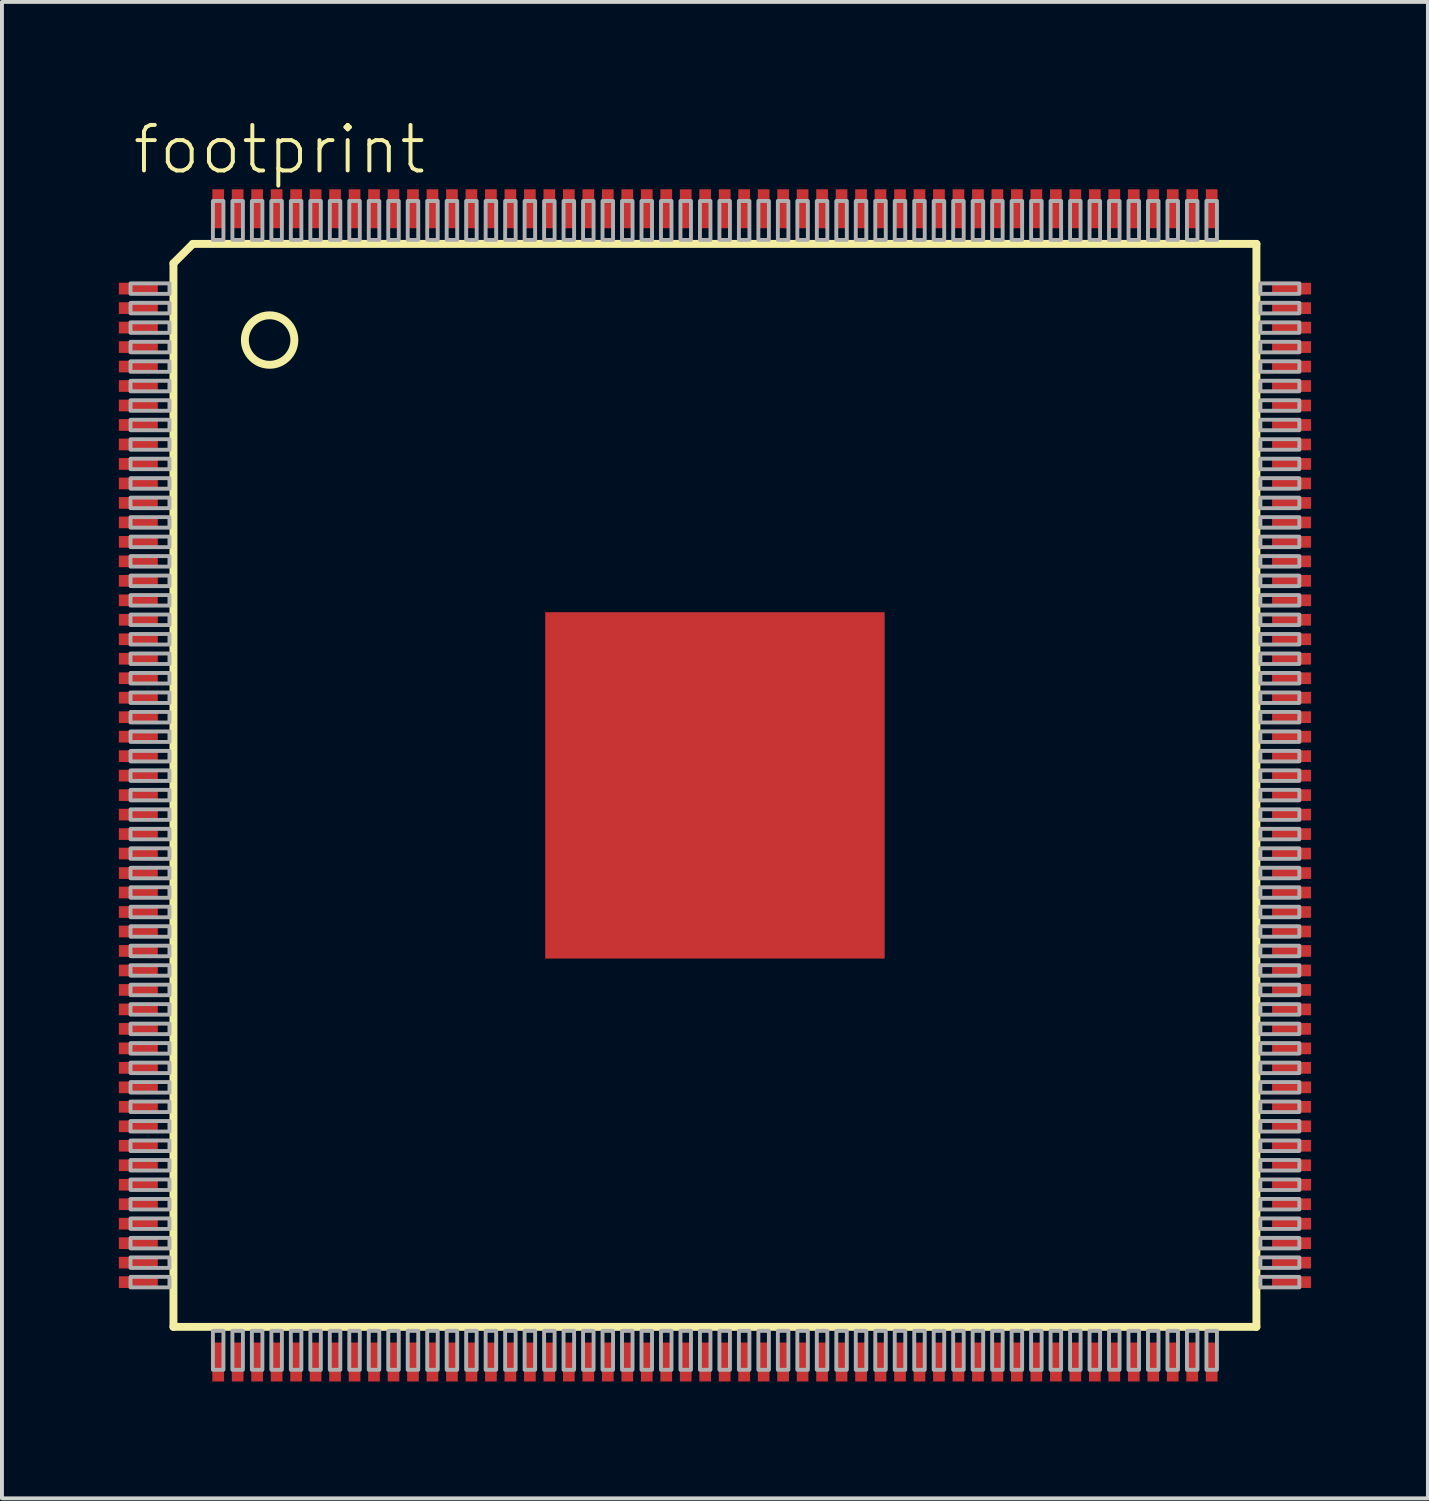
<source format=kicad_pcb>
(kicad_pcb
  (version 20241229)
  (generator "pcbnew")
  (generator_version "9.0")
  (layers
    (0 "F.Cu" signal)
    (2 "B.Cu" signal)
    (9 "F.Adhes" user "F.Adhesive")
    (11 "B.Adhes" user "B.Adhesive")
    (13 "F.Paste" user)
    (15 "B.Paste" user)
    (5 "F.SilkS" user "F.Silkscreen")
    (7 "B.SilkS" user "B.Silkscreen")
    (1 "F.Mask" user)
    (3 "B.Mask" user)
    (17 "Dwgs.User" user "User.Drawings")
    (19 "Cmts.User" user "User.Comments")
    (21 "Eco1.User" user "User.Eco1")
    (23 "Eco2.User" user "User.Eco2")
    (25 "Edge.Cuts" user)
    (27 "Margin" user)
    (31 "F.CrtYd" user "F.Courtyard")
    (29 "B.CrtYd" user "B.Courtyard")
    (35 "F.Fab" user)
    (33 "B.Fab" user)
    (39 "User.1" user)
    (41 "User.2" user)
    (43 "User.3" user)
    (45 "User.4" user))
  (footprint "footprint"
    (layer "F.Cu")
    (at 15.3 17.108)
    (property "Reference" "footprint" (at -15 -15.635 0) (layer "F.SilkS") (effects (font (size 1.168 1.168) (thickness 0.102)) (justify left bottom)))
    (fp_line (start -13.898 -13.4) (end -13.898 13.898) (stroke (width 0.203) (type solid)) (layer "F.SilkS"))
    (fp_line (start -13.898 -13.4) (end -13.4 -13.898) (stroke (width 0.203) (type solid)) (layer "F.SilkS"))
    (fp_line (start -13.898 13.898) (end 13.898 13.898) (stroke (width 0.203) (type solid)) (layer "F.SilkS"))
    (fp_line (start 13.898 -13.898) (end -13.4 -13.898) (stroke (width 0.203) (type solid)) (layer "F.SilkS"))
    (fp_line (start 13.898 13.898) (end 13.898 -13.898) (stroke (width 0.203) (type solid)) (layer "F.SilkS"))
    (fp_circle (center -11.43 -11.43) (end -10.795 -11.43) (stroke (width 0.203) (type solid)) (fill no) (layer "F.SilkS"))
    (fp_poly (pts (xy -15 -12.615) (xy -14 -12.615) (xy -14 -12.885) (xy -15 -12.885)) (stroke (width 0.1) (type solid)) (fill no) (layer "F.Fab"))
    (fp_poly (pts (xy -15 -12.115) (xy -14 -12.115) (xy -14 -12.385) (xy -15 -12.385)) (stroke (width 0.1) (type solid)) (fill no) (layer "F.Fab"))
    (fp_poly (pts (xy -15 -11.615) (xy -14 -11.615) (xy -14 -11.885) (xy -15 -11.885)) (stroke (width 0.1) (type solid)) (fill no) (layer "F.Fab"))
    (fp_poly (pts (xy -15 -11.115) (xy -14 -11.115) (xy -14 -11.385) (xy -15 -11.385)) (stroke (width 0.1) (type solid)) (fill no) (layer "F.Fab"))
    (fp_poly (pts (xy -15 -10.615) (xy -14 -10.615) (xy -14 -10.885) (xy -15 -10.885)) (stroke (width 0.1) (type solid)) (fill no) (layer "F.Fab"))
    (fp_poly (pts (xy -15 -10.115) (xy -14 -10.115) (xy -14 -10.385) (xy -15 -10.385)) (stroke (width 0.1) (type solid)) (fill no) (layer "F.Fab"))
    (fp_poly (pts (xy -15 -9.615) (xy -14 -9.615) (xy -14 -9.885) (xy -15 -9.885)) (stroke (width 0.1) (type solid)) (fill no) (layer "F.Fab"))
    (fp_poly (pts (xy -15 -9.115) (xy -14 -9.115) (xy -14 -9.385) (xy -15 -9.385)) (stroke (width 0.1) (type solid)) (fill no) (layer "F.Fab"))
    (fp_poly (pts (xy -15 -8.615) (xy -14 -8.615) (xy -14 -8.885) (xy -15 -8.885)) (stroke (width 0.1) (type solid)) (fill no) (layer "F.Fab"))
    (fp_poly (pts (xy -15 -8.115) (xy -14 -8.115) (xy -14 -8.385) (xy -15 -8.385)) (stroke (width 0.1) (type solid)) (fill no) (layer "F.Fab"))
    (fp_poly (pts (xy -15 -7.615) (xy -14 -7.615) (xy -14 -7.885) (xy -15 -7.885)) (stroke (width 0.1) (type solid)) (fill no) (layer "F.Fab"))
    (fp_poly (pts (xy -15 -7.115) (xy -14 -7.115) (xy -14 -7.385) (xy -15 -7.385)) (stroke (width 0.1) (type solid)) (fill no) (layer "F.Fab"))
    (fp_poly (pts (xy -15 -6.615) (xy -14 -6.615) (xy -14 -6.885) (xy -15 -6.885)) (stroke (width 0.1) (type solid)) (fill no) (layer "F.Fab"))
    (fp_poly (pts (xy -15 -6.115) (xy -14 -6.115) (xy -14 -6.385) (xy -15 -6.385)) (stroke (width 0.1) (type solid)) (fill no) (layer "F.Fab"))
    (fp_poly (pts (xy -15 -5.615) (xy -14 -5.615) (xy -14 -5.885) (xy -15 -5.885)) (stroke (width 0.1) (type solid)) (fill no) (layer "F.Fab"))
    (fp_poly (pts (xy -15 -5.115) (xy -14 -5.115) (xy -14 -5.385) (xy -15 -5.385)) (stroke (width 0.1) (type solid)) (fill no) (layer "F.Fab"))
    (fp_poly (pts (xy -15 -4.615) (xy -14 -4.615) (xy -14 -4.885) (xy -15 -4.885)) (stroke (width 0.1) (type solid)) (fill no) (layer "F.Fab"))
    (fp_poly (pts (xy -15 -4.115) (xy -14 -4.115) (xy -14 -4.385) (xy -15 -4.385)) (stroke (width 0.1) (type solid)) (fill no) (layer "F.Fab"))
    (fp_poly (pts (xy -15 -3.615) (xy -14 -3.615) (xy -14 -3.885) (xy -15 -3.885)) (stroke (width 0.1) (type solid)) (fill no) (layer "F.Fab"))
    (fp_poly (pts (xy -15 -3.115) (xy -14 -3.115) (xy -14 -3.385) (xy -15 -3.385)) (stroke (width 0.1) (type solid)) (fill no) (layer "F.Fab"))
    (fp_poly (pts (xy -15 -2.615) (xy -14 -2.615) (xy -14 -2.885) (xy -15 -2.885)) (stroke (width 0.1) (type solid)) (fill no) (layer "F.Fab"))
    (fp_poly (pts (xy -15 -2.115) (xy -14 -2.115) (xy -14 -2.385) (xy -15 -2.385)) (stroke (width 0.1) (type solid)) (fill no) (layer "F.Fab"))
    (fp_poly (pts (xy -15 -1.615) (xy -14 -1.615) (xy -14 -1.885) (xy -15 -1.885)) (stroke (width 0.1) (type solid)) (fill no) (layer "F.Fab"))
    (fp_poly (pts (xy -15 -1.115) (xy -14 -1.115) (xy -14 -1.385) (xy -15 -1.385)) (stroke (width 0.1) (type solid)) (fill no) (layer "F.Fab"))
    (fp_poly (pts (xy -15 -0.615) (xy -14 -0.615) (xy -14 -0.885) (xy -15 -0.885)) (stroke (width 0.1) (type solid)) (fill no) (layer "F.Fab"))
    (fp_poly (pts (xy -15 -0.115) (xy -14 -0.115) (xy -14 -0.385) (xy -15 -0.385)) (stroke (width 0.1) (type solid)) (fill no) (layer "F.Fab"))
    (fp_poly (pts (xy -15 0.385) (xy -14 0.385) (xy -14 0.115) (xy -15 0.115)) (stroke (width 0.1) (type solid)) (fill no) (layer "F.Fab"))
    (fp_poly (pts (xy -15 0.885) (xy -14 0.885) (xy -14 0.615) (xy -15 0.615)) (stroke (width 0.1) (type solid)) (fill no) (layer "F.Fab"))
    (fp_poly (pts (xy -15 1.385) (xy -14 1.385) (xy -14 1.115) (xy -15 1.115)) (stroke (width 0.1) (type solid)) (fill no) (layer "F.Fab"))
    (fp_poly (pts (xy -15 1.885) (xy -14 1.885) (xy -14 1.615) (xy -15 1.615)) (stroke (width 0.1) (type solid)) (fill no) (layer "F.Fab"))
    (fp_poly (pts (xy -15 2.385) (xy -14 2.385) (xy -14 2.115) (xy -15 2.115)) (stroke (width 0.1) (type solid)) (fill no) (layer "F.Fab"))
    (fp_poly (pts (xy -15 2.885) (xy -14 2.885) (xy -14 2.615) (xy -15 2.615)) (stroke (width 0.1) (type solid)) (fill no) (layer "F.Fab"))
    (fp_poly (pts (xy -15 3.385) (xy -14 3.385) (xy -14 3.115) (xy -15 3.115)) (stroke (width 0.1) (type solid)) (fill no) (layer "F.Fab"))
    (fp_poly (pts (xy -15 3.885) (xy -14 3.885) (xy -14 3.615) (xy -15 3.615)) (stroke (width 0.1) (type solid)) (fill no) (layer "F.Fab"))
    (fp_poly (pts (xy -15 4.385) (xy -14 4.385) (xy -14 4.115) (xy -15 4.115)) (stroke (width 0.1) (type solid)) (fill no) (layer "F.Fab"))
    (fp_poly (pts (xy -15 4.885) (xy -14 4.885) (xy -14 4.615) (xy -15 4.615)) (stroke (width 0.1) (type solid)) (fill no) (layer "F.Fab"))
    (fp_poly (pts (xy -15 5.385) (xy -14 5.385) (xy -14 5.115) (xy -15 5.115)) (stroke (width 0.1) (type solid)) (fill no) (layer "F.Fab"))
    (fp_poly (pts (xy -15 5.885) (xy -14 5.885) (xy -14 5.615) (xy -15 5.615)) (stroke (width 0.1) (type solid)) (fill no) (layer "F.Fab"))
    (fp_poly (pts (xy -15 6.385) (xy -14 6.385) (xy -14 6.115) (xy -15 6.115)) (stroke (width 0.1) (type solid)) (fill no) (layer "F.Fab"))
    (fp_poly (pts (xy -15 6.885) (xy -14 6.885) (xy -14 6.615) (xy -15 6.615)) (stroke (width 0.1) (type solid)) (fill no) (layer "F.Fab"))
    (fp_poly (pts (xy -15 7.385) (xy -14 7.385) (xy -14 7.115) (xy -15 7.115)) (stroke (width 0.1) (type solid)) (fill no) (layer "F.Fab"))
    (fp_poly (pts (xy -15 7.885) (xy -14 7.885) (xy -14 7.615) (xy -15 7.615)) (stroke (width 0.1) (type solid)) (fill no) (layer "F.Fab"))
    (fp_poly (pts (xy -15 8.385) (xy -14 8.385) (xy -14 8.115) (xy -15 8.115)) (stroke (width 0.1) (type solid)) (fill no) (layer "F.Fab"))
    (fp_poly (pts (xy -15 8.885) (xy -14 8.885) (xy -14 8.615) (xy -15 8.615)) (stroke (width 0.1) (type solid)) (fill no) (layer "F.Fab"))
    (fp_poly (pts (xy -15 9.385) (xy -14 9.385) (xy -14 9.115) (xy -15 9.115)) (stroke (width 0.1) (type solid)) (fill no) (layer "F.Fab"))
    (fp_poly (pts (xy -15 9.885) (xy -14 9.885) (xy -14 9.615) (xy -15 9.615)) (stroke (width 0.1) (type solid)) (fill no) (layer "F.Fab"))
    (fp_poly (pts (xy -15 10.385) (xy -14 10.385) (xy -14 10.115) (xy -15 10.115)) (stroke (width 0.1) (type solid)) (fill no) (layer "F.Fab"))
    (fp_poly (pts (xy -15 10.885) (xy -14 10.885) (xy -14 10.615) (xy -15 10.615)) (stroke (width 0.1) (type solid)) (fill no) (layer "F.Fab"))
    (fp_poly (pts (xy -15 11.385) (xy -14 11.385) (xy -14 11.115) (xy -15 11.115)) (stroke (width 0.1) (type solid)) (fill no) (layer "F.Fab"))
    (fp_poly (pts (xy -15 11.885) (xy -14 11.885) (xy -14 11.615) (xy -15 11.615)) (stroke (width 0.1) (type solid)) (fill no) (layer "F.Fab"))
    (fp_poly (pts (xy -15 12.385) (xy -14 12.385) (xy -14 12.115) (xy -15 12.115)) (stroke (width 0.1) (type solid)) (fill no) (layer "F.Fab"))
    (fp_poly (pts (xy -15 12.885) (xy -14 12.885) (xy -14 12.615) (xy -15 12.615)) (stroke (width 0.1) (type solid)) (fill no) (layer "F.Fab"))
    (fp_poly (pts (xy -12.885 -14) (xy -12.615 -14) (xy -12.615 -15) (xy -12.885 -15)) (stroke (width 0.1) (type solid)) (fill no) (layer "F.Fab"))
    (fp_poly (pts (xy -12.885 15) (xy -12.615 15) (xy -12.615 14) (xy -12.885 14)) (stroke (width 0.1) (type solid)) (fill no) (layer "F.Fab"))
    (fp_poly (pts (xy -12.385 -14) (xy -12.115 -14) (xy -12.115 -15) (xy -12.385 -15)) (stroke (width 0.1) (type solid)) (fill no) (layer "F.Fab"))
    (fp_poly (pts (xy -12.385 15) (xy -12.115 15) (xy -12.115 14) (xy -12.385 14)) (stroke (width 0.1) (type solid)) (fill no) (layer "F.Fab"))
    (fp_poly (pts (xy -11.885 -14) (xy -11.615 -14) (xy -11.615 -15) (xy -11.885 -15)) (stroke (width 0.1) (type solid)) (fill no) (layer "F.Fab"))
    (fp_poly (pts (xy -11.885 15) (xy -11.615 15) (xy -11.615 14) (xy -11.885 14)) (stroke (width 0.1) (type solid)) (fill no) (layer "F.Fab"))
    (fp_poly (pts (xy -11.385 -14) (xy -11.115 -14) (xy -11.115 -15) (xy -11.385 -15)) (stroke (width 0.1) (type solid)) (fill no) (layer "F.Fab"))
    (fp_poly (pts (xy -11.385 15) (xy -11.115 15) (xy -11.115 14) (xy -11.385 14)) (stroke (width 0.1) (type solid)) (fill no) (layer "F.Fab"))
    (fp_poly (pts (xy -10.885 -14) (xy -10.615 -14) (xy -10.615 -15) (xy -10.885 -15)) (stroke (width 0.1) (type solid)) (fill no) (layer "F.Fab"))
    (fp_poly (pts (xy -10.885 15) (xy -10.615 15) (xy -10.615 14) (xy -10.885 14)) (stroke (width 0.1) (type solid)) (fill no) (layer "F.Fab"))
    (fp_poly (pts (xy -10.385 -14) (xy -10.115 -14) (xy -10.115 -15) (xy -10.385 -15)) (stroke (width 0.1) (type solid)) (fill no) (layer "F.Fab"))
    (fp_poly (pts (xy -10.385 15) (xy -10.115 15) (xy -10.115 14) (xy -10.385 14)) (stroke (width 0.1) (type solid)) (fill no) (layer "F.Fab"))
    (fp_poly (pts (xy -9.885 -14) (xy -9.615 -14) (xy -9.615 -15) (xy -9.885 -15)) (stroke (width 0.1) (type solid)) (fill no) (layer "F.Fab"))
    (fp_poly (pts (xy -9.885 15) (xy -9.615 15) (xy -9.615 14) (xy -9.885 14)) (stroke (width 0.1) (type solid)) (fill no) (layer "F.Fab"))
    (fp_poly (pts (xy -9.385 -14) (xy -9.115 -14) (xy -9.115 -15) (xy -9.385 -15)) (stroke (width 0.1) (type solid)) (fill no) (layer "F.Fab"))
    (fp_poly (pts (xy -9.385 15) (xy -9.115 15) (xy -9.115 14) (xy -9.385 14)) (stroke (width 0.1) (type solid)) (fill no) (layer "F.Fab"))
    (fp_poly (pts (xy -8.885 -14) (xy -8.615 -14) (xy -8.615 -15) (xy -8.885 -15)) (stroke (width 0.1) (type solid)) (fill no) (layer "F.Fab"))
    (fp_poly (pts (xy -8.885 15) (xy -8.615 15) (xy -8.615 14) (xy -8.885 14)) (stroke (width 0.1) (type solid)) (fill no) (layer "F.Fab"))
    (fp_poly (pts (xy -8.385 -14) (xy -8.115 -14) (xy -8.115 -15) (xy -8.385 -15)) (stroke (width 0.1) (type solid)) (fill no) (layer "F.Fab"))
    (fp_poly (pts (xy -8.385 15) (xy -8.115 15) (xy -8.115 14) (xy -8.385 14)) (stroke (width 0.1) (type solid)) (fill no) (layer "F.Fab"))
    (fp_poly (pts (xy -7.885 -14) (xy -7.615 -14) (xy -7.615 -15) (xy -7.885 -15)) (stroke (width 0.1) (type solid)) (fill no) (layer "F.Fab"))
    (fp_poly (pts (xy -7.885 15) (xy -7.615 15) (xy -7.615 14) (xy -7.885 14)) (stroke (width 0.1) (type solid)) (fill no) (layer "F.Fab"))
    (fp_poly (pts (xy -7.385 -14) (xy -7.115 -14) (xy -7.115 -15) (xy -7.385 -15)) (stroke (width 0.1) (type solid)) (fill no) (layer "F.Fab"))
    (fp_poly (pts (xy -7.385 15) (xy -7.115 15) (xy -7.115 14) (xy -7.385 14)) (stroke (width 0.1) (type solid)) (fill no) (layer "F.Fab"))
    (fp_poly (pts (xy -6.885 -14) (xy -6.615 -14) (xy -6.615 -15) (xy -6.885 -15)) (stroke (width 0.1) (type solid)) (fill no) (layer "F.Fab"))
    (fp_poly (pts (xy -6.885 15) (xy -6.615 15) (xy -6.615 14) (xy -6.885 14)) (stroke (width 0.1) (type solid)) (fill no) (layer "F.Fab"))
    (fp_poly (pts (xy -6.385 -14) (xy -6.115 -14) (xy -6.115 -15) (xy -6.385 -15)) (stroke (width 0.1) (type solid)) (fill no) (layer "F.Fab"))
    (fp_poly (pts (xy -6.385 15) (xy -6.115 15) (xy -6.115 14) (xy -6.385 14)) (stroke (width 0.1) (type solid)) (fill no) (layer "F.Fab"))
    (fp_poly (pts (xy -5.885 -14) (xy -5.615 -14) (xy -5.615 -15) (xy -5.885 -15)) (stroke (width 0.1) (type solid)) (fill no) (layer "F.Fab"))
    (fp_poly (pts (xy -5.885 15) (xy -5.615 15) (xy -5.615 14) (xy -5.885 14)) (stroke (width 0.1) (type solid)) (fill no) (layer "F.Fab"))
    (fp_poly (pts (xy -5.385 -14) (xy -5.115 -14) (xy -5.115 -15) (xy -5.385 -15)) (stroke (width 0.1) (type solid)) (fill no) (layer "F.Fab"))
    (fp_poly (pts (xy -5.385 15) (xy -5.115 15) (xy -5.115 14) (xy -5.385 14)) (stroke (width 0.1) (type solid)) (fill no) (layer "F.Fab"))
    (fp_poly (pts (xy -4.885 -14) (xy -4.615 -14) (xy -4.615 -15) (xy -4.885 -15)) (stroke (width 0.1) (type solid)) (fill no) (layer "F.Fab"))
    (fp_poly (pts (xy -4.885 15) (xy -4.615 15) (xy -4.615 14) (xy -4.885 14)) (stroke (width 0.1) (type solid)) (fill no) (layer "F.Fab"))
    (fp_poly (pts (xy -4.385 -14) (xy -4.115 -14) (xy -4.115 -15) (xy -4.385 -15)) (stroke (width 0.1) (type solid)) (fill no) (layer "F.Fab"))
    (fp_poly (pts (xy -4.385 15) (xy -4.115 15) (xy -4.115 14) (xy -4.385 14)) (stroke (width 0.1) (type solid)) (fill no) (layer "F.Fab"))
    (fp_poly (pts (xy -3.885 -14) (xy -3.615 -14) (xy -3.615 -15) (xy -3.885 -15)) (stroke (width 0.1) (type solid)) (fill no) (layer "F.Fab"))
    (fp_poly (pts (xy -3.885 15) (xy -3.615 15) (xy -3.615 14) (xy -3.885 14)) (stroke (width 0.1) (type solid)) (fill no) (layer "F.Fab"))
    (fp_poly (pts (xy -3.385 -14) (xy -3.115 -14) (xy -3.115 -15) (xy -3.385 -15)) (stroke (width 0.1) (type solid)) (fill no) (layer "F.Fab"))
    (fp_poly (pts (xy -3.385 15) (xy -3.115 15) (xy -3.115 14) (xy -3.385 14)) (stroke (width 0.1) (type solid)) (fill no) (layer "F.Fab"))
    (fp_poly (pts (xy -2.885 -14) (xy -2.615 -14) (xy -2.615 -15) (xy -2.885 -15)) (stroke (width 0.1) (type solid)) (fill no) (layer "F.Fab"))
    (fp_poly (pts (xy -2.885 15) (xy -2.615 15) (xy -2.615 14) (xy -2.885 14)) (stroke (width 0.1) (type solid)) (fill no) (layer "F.Fab"))
    (fp_poly (pts (xy -2.385 -14) (xy -2.115 -14) (xy -2.115 -15) (xy -2.385 -15)) (stroke (width 0.1) (type solid)) (fill no) (layer "F.Fab"))
    (fp_poly (pts (xy -2.385 15) (xy -2.115 15) (xy -2.115 14) (xy -2.385 14)) (stroke (width 0.1) (type solid)) (fill no) (layer "F.Fab"))
    (fp_poly (pts (xy -1.885 -14) (xy -1.615 -14) (xy -1.615 -15) (xy -1.885 -15)) (stroke (width 0.1) (type solid)) (fill no) (layer "F.Fab"))
    (fp_poly (pts (xy -1.885 15) (xy -1.615 15) (xy -1.615 14) (xy -1.885 14)) (stroke (width 0.1) (type solid)) (fill no) (layer "F.Fab"))
    (fp_poly (pts (xy -1.385 -14) (xy -1.115 -14) (xy -1.115 -15) (xy -1.385 -15)) (stroke (width 0.1) (type solid)) (fill no) (layer "F.Fab"))
    (fp_poly (pts (xy -1.385 15) (xy -1.115 15) (xy -1.115 14) (xy -1.385 14)) (stroke (width 0.1) (type solid)) (fill no) (layer "F.Fab"))
    (fp_poly (pts (xy -0.885 -14) (xy -0.615 -14) (xy -0.615 -15) (xy -0.885 -15)) (stroke (width 0.1) (type solid)) (fill no) (layer "F.Fab"))
    (fp_poly (pts (xy -0.885 15) (xy -0.615 15) (xy -0.615 14) (xy -0.885 14)) (stroke (width 0.1) (type solid)) (fill no) (layer "F.Fab"))
    (fp_poly (pts (xy -0.385 -14) (xy -0.115 -14) (xy -0.115 -15) (xy -0.385 -15)) (stroke (width 0.1) (type solid)) (fill no) (layer "F.Fab"))
    (fp_poly (pts (xy -0.385 15) (xy -0.115 15) (xy -0.115 14) (xy -0.385 14)) (stroke (width 0.1) (type solid)) (fill no) (layer "F.Fab"))
    (fp_poly (pts (xy 0.115 -14) (xy 0.385 -14) (xy 0.385 -15) (xy 0.115 -15)) (stroke (width 0.1) (type solid)) (fill no) (layer "F.Fab"))
    (fp_poly (pts (xy 0.115 15) (xy 0.385 15) (xy 0.385 14) (xy 0.115 14)) (stroke (width 0.1) (type solid)) (fill no) (layer "F.Fab"))
    (fp_poly (pts (xy 0.615 -14) (xy 0.885 -14) (xy 0.885 -15) (xy 0.615 -15)) (stroke (width 0.1) (type solid)) (fill no) (layer "F.Fab"))
    (fp_poly (pts (xy 0.615 15) (xy 0.885 15) (xy 0.885 14) (xy 0.615 14)) (stroke (width 0.1) (type solid)) (fill no) (layer "F.Fab"))
    (fp_poly (pts (xy 1.115 -14) (xy 1.385 -14) (xy 1.385 -15) (xy 1.115 -15)) (stroke (width 0.1) (type solid)) (fill no) (layer "F.Fab"))
    (fp_poly (pts (xy 1.115 15) (xy 1.385 15) (xy 1.385 14) (xy 1.115 14)) (stroke (width 0.1) (type solid)) (fill no) (layer "F.Fab"))
    (fp_poly (pts (xy 1.615 -14) (xy 1.885 -14) (xy 1.885 -15) (xy 1.615 -15)) (stroke (width 0.1) (type solid)) (fill no) (layer "F.Fab"))
    (fp_poly (pts (xy 1.615 15) (xy 1.885 15) (xy 1.885 14) (xy 1.615 14)) (stroke (width 0.1) (type solid)) (fill no) (layer "F.Fab"))
    (fp_poly (pts (xy 2.115 -14) (xy 2.385 -14) (xy 2.385 -15) (xy 2.115 -15)) (stroke (width 0.1) (type solid)) (fill no) (layer "F.Fab"))
    (fp_poly (pts (xy 2.115 15) (xy 2.385 15) (xy 2.385 14) (xy 2.115 14)) (stroke (width 0.1) (type solid)) (fill no) (layer "F.Fab"))
    (fp_poly (pts (xy 2.615 -14) (xy 2.885 -14) (xy 2.885 -15) (xy 2.615 -15)) (stroke (width 0.1) (type solid)) (fill no) (layer "F.Fab"))
    (fp_poly (pts (xy 2.615 15) (xy 2.885 15) (xy 2.885 14) (xy 2.615 14)) (stroke (width 0.1) (type solid)) (fill no) (layer "F.Fab"))
    (fp_poly (pts (xy 3.115 -14) (xy 3.385 -14) (xy 3.385 -15) (xy 3.115 -15)) (stroke (width 0.1) (type solid)) (fill no) (layer "F.Fab"))
    (fp_poly (pts (xy 3.115 15) (xy 3.385 15) (xy 3.385 14) (xy 3.115 14)) (stroke (width 0.1) (type solid)) (fill no) (layer "F.Fab"))
    (fp_poly (pts (xy 3.615 -14) (xy 3.885 -14) (xy 3.885 -15) (xy 3.615 -15)) (stroke (width 0.1) (type solid)) (fill no) (layer "F.Fab"))
    (fp_poly (pts (xy 3.615 15) (xy 3.885 15) (xy 3.885 14) (xy 3.615 14)) (stroke (width 0.1) (type solid)) (fill no) (layer "F.Fab"))
    (fp_poly (pts (xy 4.115 -14) (xy 4.385 -14) (xy 4.385 -15) (xy 4.115 -15)) (stroke (width 0.1) (type solid)) (fill no) (layer "F.Fab"))
    (fp_poly (pts (xy 4.115 15) (xy 4.385 15) (xy 4.385 14) (xy 4.115 14)) (stroke (width 0.1) (type solid)) (fill no) (layer "F.Fab"))
    (fp_poly (pts (xy 4.615 -14) (xy 4.885 -14) (xy 4.885 -15) (xy 4.615 -15)) (stroke (width 0.1) (type solid)) (fill no) (layer "F.Fab"))
    (fp_poly (pts (xy 4.615 15) (xy 4.885 15) (xy 4.885 14) (xy 4.615 14)) (stroke (width 0.1) (type solid)) (fill no) (layer "F.Fab"))
    (fp_poly (pts (xy 5.115 -14) (xy 5.385 -14) (xy 5.385 -15) (xy 5.115 -15)) (stroke (width 0.1) (type solid)) (fill no) (layer "F.Fab"))
    (fp_poly (pts (xy 5.115 15) (xy 5.385 15) (xy 5.385 14) (xy 5.115 14)) (stroke (width 0.1) (type solid)) (fill no) (layer "F.Fab"))
    (fp_poly (pts (xy 5.615 -14) (xy 5.885 -14) (xy 5.885 -15) (xy 5.615 -15)) (stroke (width 0.1) (type solid)) (fill no) (layer "F.Fab"))
    (fp_poly (pts (xy 5.615 15) (xy 5.885 15) (xy 5.885 14) (xy 5.615 14)) (stroke (width 0.1) (type solid)) (fill no) (layer "F.Fab"))
    (fp_poly (pts (xy 6.115 -14) (xy 6.385 -14) (xy 6.385 -15) (xy 6.115 -15)) (stroke (width 0.1) (type solid)) (fill no) (layer "F.Fab"))
    (fp_poly (pts (xy 6.115 15) (xy 6.385 15) (xy 6.385 14) (xy 6.115 14)) (stroke (width 0.1) (type solid)) (fill no) (layer "F.Fab"))
    (fp_poly (pts (xy 6.615 -14) (xy 6.885 -14) (xy 6.885 -15) (xy 6.615 -15)) (stroke (width 0.1) (type solid)) (fill no) (layer "F.Fab"))
    (fp_poly (pts (xy 6.615 15) (xy 6.885 15) (xy 6.885 14) (xy 6.615 14)) (stroke (width 0.1) (type solid)) (fill no) (layer "F.Fab"))
    (fp_poly (pts (xy 7.115 -14) (xy 7.385 -14) (xy 7.385 -15) (xy 7.115 -15)) (stroke (width 0.1) (type solid)) (fill no) (layer "F.Fab"))
    (fp_poly (pts (xy 7.115 15) (xy 7.385 15) (xy 7.385 14) (xy 7.115 14)) (stroke (width 0.1) (type solid)) (fill no) (layer "F.Fab"))
    (fp_poly (pts (xy 7.615 -14) (xy 7.885 -14) (xy 7.885 -15) (xy 7.615 -15)) (stroke (width 0.1) (type solid)) (fill no) (layer "F.Fab"))
    (fp_poly (pts (xy 7.615 15) (xy 7.885 15) (xy 7.885 14) (xy 7.615 14)) (stroke (width 0.1) (type solid)) (fill no) (layer "F.Fab"))
    (fp_poly (pts (xy 8.115 -14) (xy 8.385 -14) (xy 8.385 -15) (xy 8.115 -15)) (stroke (width 0.1) (type solid)) (fill no) (layer "F.Fab"))
    (fp_poly (pts (xy 8.115 15) (xy 8.385 15) (xy 8.385 14) (xy 8.115 14)) (stroke (width 0.1) (type solid)) (fill no) (layer "F.Fab"))
    (fp_poly (pts (xy 8.615 -14) (xy 8.885 -14) (xy 8.885 -15) (xy 8.615 -15)) (stroke (width 0.1) (type solid)) (fill no) (layer "F.Fab"))
    (fp_poly (pts (xy 8.615 15) (xy 8.885 15) (xy 8.885 14) (xy 8.615 14)) (stroke (width 0.1) (type solid)) (fill no) (layer "F.Fab"))
    (fp_poly (pts (xy 9.115 -14) (xy 9.385 -14) (xy 9.385 -15) (xy 9.115 -15)) (stroke (width 0.1) (type solid)) (fill no) (layer "F.Fab"))
    (fp_poly (pts (xy 9.115 15) (xy 9.385 15) (xy 9.385 14) (xy 9.115 14)) (stroke (width 0.1) (type solid)) (fill no) (layer "F.Fab"))
    (fp_poly (pts (xy 9.615 -14) (xy 9.885 -14) (xy 9.885 -15) (xy 9.615 -15)) (stroke (width 0.1) (type solid)) (fill no) (layer "F.Fab"))
    (fp_poly (pts (xy 9.615 15) (xy 9.885 15) (xy 9.885 14) (xy 9.615 14)) (stroke (width 0.1) (type solid)) (fill no) (layer "F.Fab"))
    (fp_poly (pts (xy 10.115 -14) (xy 10.385 -14) (xy 10.385 -15) (xy 10.115 -15)) (stroke (width 0.1) (type solid)) (fill no) (layer "F.Fab"))
    (fp_poly (pts (xy 10.115 15) (xy 10.385 15) (xy 10.385 14) (xy 10.115 14)) (stroke (width 0.1) (type solid)) (fill no) (layer "F.Fab"))
    (fp_poly (pts (xy 10.615 -14) (xy 10.885 -14) (xy 10.885 -15) (xy 10.615 -15)) (stroke (width 0.1) (type solid)) (fill no) (layer "F.Fab"))
    (fp_poly (pts (xy 10.615 15) (xy 10.885 15) (xy 10.885 14) (xy 10.615 14)) (stroke (width 0.1) (type solid)) (fill no) (layer "F.Fab"))
    (fp_poly (pts (xy 11.115 -14) (xy 11.385 -14) (xy 11.385 -15) (xy 11.115 -15)) (stroke (width 0.1) (type solid)) (fill no) (layer "F.Fab"))
    (fp_poly (pts (xy 11.115 15) (xy 11.385 15) (xy 11.385 14) (xy 11.115 14)) (stroke (width 0.1) (type solid)) (fill no) (layer "F.Fab"))
    (fp_poly (pts (xy 11.615 -14) (xy 11.885 -14) (xy 11.885 -15) (xy 11.615 -15)) (stroke (width 0.1) (type solid)) (fill no) (layer "F.Fab"))
    (fp_poly (pts (xy 11.615 15) (xy 11.885 15) (xy 11.885 14) (xy 11.615 14)) (stroke (width 0.1) (type solid)) (fill no) (layer "F.Fab"))
    (fp_poly (pts (xy 12.115 -14) (xy 12.385 -14) (xy 12.385 -15) (xy 12.115 -15)) (stroke (width 0.1) (type solid)) (fill no) (layer "F.Fab"))
    (fp_poly (pts (xy 12.115 15) (xy 12.385 15) (xy 12.385 14) (xy 12.115 14)) (stroke (width 0.1) (type solid)) (fill no) (layer "F.Fab"))
    (fp_poly (pts (xy 12.615 -14) (xy 12.885 -14) (xy 12.885 -15) (xy 12.615 -15)) (stroke (width 0.1) (type solid)) (fill no) (layer "F.Fab"))
    (fp_poly (pts (xy 12.615 15) (xy 12.885 15) (xy 12.885 14) (xy 12.615 14)) (stroke (width 0.1) (type solid)) (fill no) (layer "F.Fab"))
    (fp_poly (pts (xy 14 -12.615) (xy 15 -12.615) (xy 15 -12.885) (xy 14 -12.885)) (stroke (width 0.1) (type solid)) (fill no) (layer "F.Fab"))
    (fp_poly (pts (xy 14 -12.115) (xy 15 -12.115) (xy 15 -12.385) (xy 14 -12.385)) (stroke (width 0.1) (type solid)) (fill no) (layer "F.Fab"))
    (fp_poly (pts (xy 14 -11.615) (xy 15 -11.615) (xy 15 -11.885) (xy 14 -11.885)) (stroke (width 0.1) (type solid)) (fill no) (layer "F.Fab"))
    (fp_poly (pts (xy 14 -11.115) (xy 15 -11.115) (xy 15 -11.385) (xy 14 -11.385)) (stroke (width 0.1) (type solid)) (fill no) (layer "F.Fab"))
    (fp_poly (pts (xy 14 -10.615) (xy 15 -10.615) (xy 15 -10.885) (xy 14 -10.885)) (stroke (width 0.1) (type solid)) (fill no) (layer "F.Fab"))
    (fp_poly (pts (xy 14 -10.115) (xy 15 -10.115) (xy 15 -10.385) (xy 14 -10.385)) (stroke (width 0.1) (type solid)) (fill no) (layer "F.Fab"))
    (fp_poly (pts (xy 14 -9.615) (xy 15 -9.615) (xy 15 -9.885) (xy 14 -9.885)) (stroke (width 0.1) (type solid)) (fill no) (layer "F.Fab"))
    (fp_poly (pts (xy 14 -9.115) (xy 15 -9.115) (xy 15 -9.385) (xy 14 -9.385)) (stroke (width 0.1) (type solid)) (fill no) (layer "F.Fab"))
    (fp_poly (pts (xy 14 -8.615) (xy 15 -8.615) (xy 15 -8.885) (xy 14 -8.885)) (stroke (width 0.1) (type solid)) (fill no) (layer "F.Fab"))
    (fp_poly (pts (xy 14 -8.115) (xy 15 -8.115) (xy 15 -8.385) (xy 14 -8.385)) (stroke (width 0.1) (type solid)) (fill no) (layer "F.Fab"))
    (fp_poly (pts (xy 14 -7.615) (xy 15 -7.615) (xy 15 -7.885) (xy 14 -7.885)) (stroke (width 0.1) (type solid)) (fill no) (layer "F.Fab"))
    (fp_poly (pts (xy 14 -7.115) (xy 15 -7.115) (xy 15 -7.385) (xy 14 -7.385)) (stroke (width 0.1) (type solid)) (fill no) (layer "F.Fab"))
    (fp_poly (pts (xy 14 -6.615) (xy 15 -6.615) (xy 15 -6.885) (xy 14 -6.885)) (stroke (width 0.1) (type solid)) (fill no) (layer "F.Fab"))
    (fp_poly (pts (xy 14 -6.115) (xy 15 -6.115) (xy 15 -6.385) (xy 14 -6.385)) (stroke (width 0.1) (type solid)) (fill no) (layer "F.Fab"))
    (fp_poly (pts (xy 14 -5.615) (xy 15 -5.615) (xy 15 -5.885) (xy 14 -5.885)) (stroke (width 0.1) (type solid)) (fill no) (layer "F.Fab"))
    (fp_poly (pts (xy 14 -5.115) (xy 15 -5.115) (xy 15 -5.385) (xy 14 -5.385)) (stroke (width 0.1) (type solid)) (fill no) (layer "F.Fab"))
    (fp_poly (pts (xy 14 -4.615) (xy 15 -4.615) (xy 15 -4.885) (xy 14 -4.885)) (stroke (width 0.1) (type solid)) (fill no) (layer "F.Fab"))
    (fp_poly (pts (xy 14 -4.115) (xy 15 -4.115) (xy 15 -4.385) (xy 14 -4.385)) (stroke (width 0.1) (type solid)) (fill no) (layer "F.Fab"))
    (fp_poly (pts (xy 14 -3.615) (xy 15 -3.615) (xy 15 -3.885) (xy 14 -3.885)) (stroke (width 0.1) (type solid)) (fill no) (layer "F.Fab"))
    (fp_poly (pts (xy 14 -3.115) (xy 15 -3.115) (xy 15 -3.385) (xy 14 -3.385)) (stroke (width 0.1) (type solid)) (fill no) (layer "F.Fab"))
    (fp_poly (pts (xy 14 -2.615) (xy 15 -2.615) (xy 15 -2.885) (xy 14 -2.885)) (stroke (width 0.1) (type solid)) (fill no) (layer "F.Fab"))
    (fp_poly (pts (xy 14 -2.115) (xy 15 -2.115) (xy 15 -2.385) (xy 14 -2.385)) (stroke (width 0.1) (type solid)) (fill no) (layer "F.Fab"))
    (fp_poly (pts (xy 14 -1.615) (xy 15 -1.615) (xy 15 -1.885) (xy 14 -1.885)) (stroke (width 0.1) (type solid)) (fill no) (layer "F.Fab"))
    (fp_poly (pts (xy 14 -1.115) (xy 15 -1.115) (xy 15 -1.385) (xy 14 -1.385)) (stroke (width 0.1) (type solid)) (fill no) (layer "F.Fab"))
    (fp_poly (pts (xy 14 -0.615) (xy 15 -0.615) (xy 15 -0.885) (xy 14 -0.885)) (stroke (width 0.1) (type solid)) (fill no) (layer "F.Fab"))
    (fp_poly (pts (xy 14 -0.115) (xy 15 -0.115) (xy 15 -0.385) (xy 14 -0.385)) (stroke (width 0.1) (type solid)) (fill no) (layer "F.Fab"))
    (fp_poly (pts (xy 14 0.385) (xy 15 0.385) (xy 15 0.115) (xy 14 0.115)) (stroke (width 0.1) (type solid)) (fill no) (layer "F.Fab"))
    (fp_poly (pts (xy 14 0.885) (xy 15 0.885) (xy 15 0.615) (xy 14 0.615)) (stroke (width 0.1) (type solid)) (fill no) (layer "F.Fab"))
    (fp_poly (pts (xy 14 1.385) (xy 15 1.385) (xy 15 1.115) (xy 14 1.115)) (stroke (width 0.1) (type solid)) (fill no) (layer "F.Fab"))
    (fp_poly (pts (xy 14 1.885) (xy 15 1.885) (xy 15 1.615) (xy 14 1.615)) (stroke (width 0.1) (type solid)) (fill no) (layer "F.Fab"))
    (fp_poly (pts (xy 14 2.385) (xy 15 2.385) (xy 15 2.115) (xy 14 2.115)) (stroke (width 0.1) (type solid)) (fill no) (layer "F.Fab"))
    (fp_poly (pts (xy 14 2.885) (xy 15 2.885) (xy 15 2.615) (xy 14 2.615)) (stroke (width 0.1) (type solid)) (fill no) (layer "F.Fab"))
    (fp_poly (pts (xy 14 3.385) (xy 15 3.385) (xy 15 3.115) (xy 14 3.115)) (stroke (width 0.1) (type solid)) (fill no) (layer "F.Fab"))
    (fp_poly (pts (xy 14 3.885) (xy 15 3.885) (xy 15 3.615) (xy 14 3.615)) (stroke (width 0.1) (type solid)) (fill no) (layer "F.Fab"))
    (fp_poly (pts (xy 14 4.385) (xy 15 4.385) (xy 15 4.115) (xy 14 4.115)) (stroke (width 0.1) (type solid)) (fill no) (layer "F.Fab"))
    (fp_poly (pts (xy 14 4.885) (xy 15 4.885) (xy 15 4.615) (xy 14 4.615)) (stroke (width 0.1) (type solid)) (fill no) (layer "F.Fab"))
    (fp_poly (pts (xy 14 5.385) (xy 15 5.385) (xy 15 5.115) (xy 14 5.115)) (stroke (width 0.1) (type solid)) (fill no) (layer "F.Fab"))
    (fp_poly (pts (xy 14 5.885) (xy 15 5.885) (xy 15 5.615) (xy 14 5.615)) (stroke (width 0.1) (type solid)) (fill no) (layer "F.Fab"))
    (fp_poly (pts (xy 14 6.385) (xy 15 6.385) (xy 15 6.115) (xy 14 6.115)) (stroke (width 0.1) (type solid)) (fill no) (layer "F.Fab"))
    (fp_poly (pts (xy 14 6.885) (xy 15 6.885) (xy 15 6.615) (xy 14 6.615)) (stroke (width 0.1) (type solid)) (fill no) (layer "F.Fab"))
    (fp_poly (pts (xy 14 7.385) (xy 15 7.385) (xy 15 7.115) (xy 14 7.115)) (stroke (width 0.1) (type solid)) (fill no) (layer "F.Fab"))
    (fp_poly (pts (xy 14 7.885) (xy 15 7.885) (xy 15 7.615) (xy 14 7.615)) (stroke (width 0.1) (type solid)) (fill no) (layer "F.Fab"))
    (fp_poly (pts (xy 14 8.385) (xy 15 8.385) (xy 15 8.115) (xy 14 8.115)) (stroke (width 0.1) (type solid)) (fill no) (layer "F.Fab"))
    (fp_poly (pts (xy 14 8.885) (xy 15 8.885) (xy 15 8.615) (xy 14 8.615)) (stroke (width 0.1) (type solid)) (fill no) (layer "F.Fab"))
    (fp_poly (pts (xy 14 9.385) (xy 15 9.385) (xy 15 9.115) (xy 14 9.115)) (stroke (width 0.1) (type solid)) (fill no) (layer "F.Fab"))
    (fp_poly (pts (xy 14 9.885) (xy 15 9.885) (xy 15 9.615) (xy 14 9.615)) (stroke (width 0.1) (type solid)) (fill no) (layer "F.Fab"))
    (fp_poly (pts (xy 14 10.385) (xy 15 10.385) (xy 15 10.115) (xy 14 10.115)) (stroke (width 0.1) (type solid)) (fill no) (layer "F.Fab"))
    (fp_poly (pts (xy 14 10.885) (xy 15 10.885) (xy 15 10.615) (xy 14 10.615)) (stroke (width 0.1) (type solid)) (fill no) (layer "F.Fab"))
    (fp_poly (pts (xy 14 11.385) (xy 15 11.385) (xy 15 11.115) (xy 14 11.115)) (stroke (width 0.1) (type solid)) (fill no) (layer "F.Fab"))
    (fp_poly (pts (xy 14 11.885) (xy 15 11.885) (xy 15 11.615) (xy 14 11.615)) (stroke (width 0.1) (type solid)) (fill no) (layer "F.Fab"))
    (fp_poly (pts (xy 14 12.385) (xy 15 12.385) (xy 15 12.115) (xy 14 12.115)) (stroke (width 0.1) (type solid)) (fill no) (layer "F.Fab"))
    (fp_poly (pts (xy 14 12.885) (xy 15 12.885) (xy 15 12.615) (xy 14 12.615)) (stroke (width 0.1) (type solid)) (fill no) (layer "F.Fab"))
    (pad "1" smd rect (at -14.8 -12.75) (size 1 0.3) (layers "F.Cu" "F.Mask" "F.Paste"))
    (pad "2" smd rect (at -14.8 -12.25) (size 1 0.3) (layers "F.Cu" "F.Mask" "F.Paste"))
    (pad "3" smd rect (at -14.8 -11.75) (size 1 0.3) (layers "F.Cu" "F.Mask" "F.Paste"))
    (pad "4" smd rect (at -14.8 -11.25) (size 1 0.3) (layers "F.Cu" "F.Mask" "F.Paste"))
    (pad "5" smd rect (at -14.8 -10.75) (size 1 0.3) (layers "F.Cu" "F.Mask" "F.Paste"))
    (pad "6" smd rect (at -14.8 -10.25) (size 1 0.3) (layers "F.Cu" "F.Mask" "F.Paste"))
    (pad "7" smd rect (at -14.8 -9.75) (size 1 0.3) (layers "F.Cu" "F.Mask" "F.Paste"))
    (pad "8" smd rect (at -14.8 -9.25) (size 1 0.3) (layers "F.Cu" "F.Mask" "F.Paste"))
    (pad "9" smd rect (at -14.8 -8.75) (size 1 0.3) (layers "F.Cu" "F.Mask" "F.Paste"))
    (pad "10" smd rect (at -14.8 -8.25) (size 1 0.3) (layers "F.Cu" "F.Mask" "F.Paste"))
    (pad "11" smd rect (at -14.8 -7.75) (size 1 0.3) (layers "F.Cu" "F.Mask" "F.Paste"))
    (pad "12" smd rect (at -14.8 -7.25) (size 1 0.3) (layers "F.Cu" "F.Mask" "F.Paste"))
    (pad "13" smd rect (at -14.8 -6.75) (size 1 0.3) (layers "F.Cu" "F.Mask" "F.Paste"))
    (pad "14" smd rect (at -14.8 -6.25) (size 1 0.3) (layers "F.Cu" "F.Mask" "F.Paste"))
    (pad "15" smd rect (at -14.8 -5.75) (size 1 0.3) (layers "F.Cu" "F.Mask" "F.Paste"))
    (pad "16" smd rect (at -14.8 -5.25) (size 1 0.3) (layers "F.Cu" "F.Mask" "F.Paste"))
    (pad "17" smd rect (at -14.8 -4.75) (size 1 0.3) (layers "F.Cu" "F.Mask" "F.Paste"))
    (pad "18" smd rect (at -14.8 -4.25) (size 1 0.3) (layers "F.Cu" "F.Mask" "F.Paste"))
    (pad "19" smd rect (at -14.8 -3.75) (size 1 0.3) (layers "F.Cu" "F.Mask" "F.Paste"))
    (pad "20" smd rect (at -14.8 -3.25) (size 1 0.3) (layers "F.Cu" "F.Mask" "F.Paste"))
    (pad "21" smd rect (at -14.8 -2.75) (size 1 0.3) (layers "F.Cu" "F.Mask" "F.Paste"))
    (pad "22" smd rect (at -14.8 -2.25) (size 1 0.3) (layers "F.Cu" "F.Mask" "F.Paste"))
    (pad "23" smd rect (at -14.8 -1.75) (size 1 0.3) (layers "F.Cu" "F.Mask" "F.Paste"))
    (pad "24" smd rect (at -14.8 -1.25) (size 1 0.3) (layers "F.Cu" "F.Mask" "F.Paste"))
    (pad "25" smd rect (at -14.8 -0.75) (size 1 0.3) (layers "F.Cu" "F.Mask" "F.Paste"))
    (pad "26" smd rect (at -14.8 -0.25) (size 1 0.3) (layers "F.Cu" "F.Mask" "F.Paste"))
    (pad "27" smd rect (at -14.8 0.25) (size 1 0.3) (layers "F.Cu" "F.Mask" "F.Paste"))
    (pad "28" smd rect (at -14.8 0.75) (size 1 0.3) (layers "F.Cu" "F.Mask" "F.Paste"))
    (pad "29" smd rect (at -14.8 1.25) (size 1 0.3) (layers "F.Cu" "F.Mask" "F.Paste"))
    (pad "30" smd rect (at -14.8 1.75) (size 1 0.3) (layers "F.Cu" "F.Mask" "F.Paste"))
    (pad "31" smd rect (at -14.8 2.25) (size 1 0.3) (layers "F.Cu" "F.Mask" "F.Paste"))
    (pad "32" smd rect (at -14.8 2.75) (size 1 0.3) (layers "F.Cu" "F.Mask" "F.Paste"))
    (pad "33" smd rect (at -14.8 3.25) (size 1 0.3) (layers "F.Cu" "F.Mask" "F.Paste"))
    (pad "34" smd rect (at -14.8 3.75) (size 1 0.3) (layers "F.Cu" "F.Mask" "F.Paste"))
    (pad "35" smd rect (at -14.8 4.25) (size 1 0.3) (layers "F.Cu" "F.Mask" "F.Paste"))
    (pad "36" smd rect (at -14.8 4.75) (size 1 0.3) (layers "F.Cu" "F.Mask" "F.Paste"))
    (pad "37" smd rect (at -14.8 5.25) (size 1 0.3) (layers "F.Cu" "F.Mask" "F.Paste"))
    (pad "38" smd rect (at -14.8 5.75) (size 1 0.3) (layers "F.Cu" "F.Mask" "F.Paste"))
    (pad "39" smd rect (at -14.8 6.25) (size 1 0.3) (layers "F.Cu" "F.Mask" "F.Paste"))
    (pad "40" smd rect (at -14.8 6.75) (size 1 0.3) (layers "F.Cu" "F.Mask" "F.Paste"))
    (pad "41" smd rect (at -14.8 7.25) (size 1 0.3) (layers "F.Cu" "F.Mask" "F.Paste"))
    (pad "42" smd rect (at -14.8 7.75) (size 1 0.3) (layers "F.Cu" "F.Mask" "F.Paste"))
    (pad "43" smd rect (at -14.8 8.25) (size 1 0.3) (layers "F.Cu" "F.Mask" "F.Paste"))
    (pad "44" smd rect (at -14.8 8.75) (size 1 0.3) (layers "F.Cu" "F.Mask" "F.Paste"))
    (pad "45" smd rect (at -14.8 9.25) (size 1 0.3) (layers "F.Cu" "F.Mask" "F.Paste"))
    (pad "46" smd rect (at -14.8 9.75) (size 1 0.3) (layers "F.Cu" "F.Mask" "F.Paste"))
    (pad "47" smd rect (at -14.8 10.25) (size 1 0.3) (layers "F.Cu" "F.Mask" "F.Paste"))
    (pad "48" smd rect (at -14.8 10.75) (size 1 0.3) (layers "F.Cu" "F.Mask" "F.Paste"))
    (pad "49" smd rect (at -14.8 11.25) (size 1 0.3) (layers "F.Cu" "F.Mask" "F.Paste"))
    (pad "50" smd rect (at -14.8 11.75) (size 1 0.3) (layers "F.Cu" "F.Mask" "F.Paste"))
    (pad "51" smd rect (at -14.8 12.25) (size 1 0.3) (layers "F.Cu" "F.Mask" "F.Paste"))
    (pad "52" smd rect (at -14.8 12.75) (size 1 0.3) (layers "F.Cu" "F.Mask" "F.Paste"))
    (pad "53" smd rect (at -12.75 14.8) (size 0.3 1) (layers "F.Cu" "F.Mask" "F.Paste"))
    (pad "54" smd rect (at -12.25 14.8) (size 0.3 1) (layers "F.Cu" "F.Mask" "F.Paste"))
    (pad "55" smd rect (at -11.75 14.8) (size 0.3 1) (layers "F.Cu" "F.Mask" "F.Paste"))
    (pad "56" smd rect (at -11.25 14.8) (size 0.3 1) (layers "F.Cu" "F.Mask" "F.Paste"))
    (pad "57" smd rect (at -10.75 14.8) (size 0.3 1) (layers "F.Cu" "F.Mask" "F.Paste"))
    (pad "58" smd rect (at -10.25 14.8) (size 0.3 1) (layers "F.Cu" "F.Mask" "F.Paste"))
    (pad "59" smd rect (at -9.75 14.8) (size 0.3 1) (layers "F.Cu" "F.Mask" "F.Paste"))
    (pad "60" smd rect (at -9.25 14.8) (size 0.3 1) (layers "F.Cu" "F.Mask" "F.Paste"))
    (pad "61" smd rect (at -8.75 14.8) (size 0.3 1) (layers "F.Cu" "F.Mask" "F.Paste"))
    (pad "62" smd rect (at -8.25 14.8) (size 0.3 1) (layers "F.Cu" "F.Mask" "F.Paste"))
    (pad "63" smd rect (at -7.75 14.8) (size 0.3 1) (layers "F.Cu" "F.Mask" "F.Paste"))
    (pad "64" smd rect (at -7.25 14.8) (size 0.3 1) (layers "F.Cu" "F.Mask" "F.Paste"))
    (pad "65" smd rect (at -6.75 14.8) (size 0.3 1) (layers "F.Cu" "F.Mask" "F.Paste"))
    (pad "66" smd rect (at -6.25 14.8) (size 0.3 1) (layers "F.Cu" "F.Mask" "F.Paste"))
    (pad "67" smd rect (at -5.75 14.8) (size 0.3 1) (layers "F.Cu" "F.Mask" "F.Paste"))
    (pad "68" smd rect (at -5.25 14.8) (size 0.3 1) (layers "F.Cu" "F.Mask" "F.Paste"))
    (pad "69" smd rect (at -4.75 14.8) (size 0.3 1) (layers "F.Cu" "F.Mask" "F.Paste"))
    (pad "70" smd rect (at -4.25 14.8) (size 0.3 1) (layers "F.Cu" "F.Mask" "F.Paste"))
    (pad "71" smd rect (at -3.75 14.8) (size 0.3 1) (layers "F.Cu" "F.Mask" "F.Paste"))
    (pad "72" smd rect (at -3.25 14.8) (size 0.3 1) (layers "F.Cu" "F.Mask" "F.Paste"))
    (pad "73" smd rect (at -2.75 14.8) (size 0.3 1) (layers "F.Cu" "F.Mask" "F.Paste"))
    (pad "74" smd rect (at -2.25 14.8) (size 0.3 1) (layers "F.Cu" "F.Mask" "F.Paste"))
    (pad "75" smd rect (at -1.75 14.8) (size 0.3 1) (layers "F.Cu" "F.Mask" "F.Paste"))
    (pad "76" smd rect (at -1.25 14.8) (size 0.3 1) (layers "F.Cu" "F.Mask" "F.Paste"))
    (pad "77" smd rect (at -0.75 14.8) (size 0.3 1) (layers "F.Cu" "F.Mask" "F.Paste"))
    (pad "78" smd rect (at -0.25 14.8) (size 0.3 1) (layers "F.Cu" "F.Mask" "F.Paste"))
    (pad "79" smd rect (at 0.25 14.8) (size 0.3 1) (layers "F.Cu" "F.Mask" "F.Paste"))
    (pad "80" smd rect (at 0.75 14.8) (size 0.3 1) (layers "F.Cu" "F.Mask" "F.Paste"))
    (pad "81" smd rect (at 1.25 14.8) (size 0.3 1) (layers "F.Cu" "F.Mask" "F.Paste"))
    (pad "82" smd rect (at 1.75 14.8) (size 0.3 1) (layers "F.Cu" "F.Mask" "F.Paste"))
    (pad "83" smd rect (at 2.25 14.8) (size 0.3 1) (layers "F.Cu" "F.Mask" "F.Paste"))
    (pad "84" smd rect (at 2.75 14.8) (size 0.3 1) (layers "F.Cu" "F.Mask" "F.Paste"))
    (pad "85" smd rect (at 3.25 14.8) (size 0.3 1) (layers "F.Cu" "F.Mask" "F.Paste"))
    (pad "86" smd rect (at 3.75 14.8) (size 0.3 1) (layers "F.Cu" "F.Mask" "F.Paste"))
    (pad "87" smd rect (at 4.25 14.8) (size 0.3 1) (layers "F.Cu" "F.Mask" "F.Paste"))
    (pad "88" smd rect (at 4.75 14.8) (size 0.3 1) (layers "F.Cu" "F.Mask" "F.Paste"))
    (pad "89" smd rect (at 5.25 14.8) (size 0.3 1) (layers "F.Cu" "F.Mask" "F.Paste"))
    (pad "90" smd rect (at 5.75 14.8) (size 0.3 1) (layers "F.Cu" "F.Mask" "F.Paste"))
    (pad "91" smd rect (at 6.25 14.8) (size 0.3 1) (layers "F.Cu" "F.Mask" "F.Paste"))
    (pad "92" smd rect (at 6.75 14.8) (size 0.3 1) (layers "F.Cu" "F.Mask" "F.Paste"))
    (pad "93" smd rect (at 7.25 14.8) (size 0.3 1) (layers "F.Cu" "F.Mask" "F.Paste"))
    (pad "94" smd rect (at 7.75 14.8) (size 0.3 1) (layers "F.Cu" "F.Mask" "F.Paste"))
    (pad "95" smd rect (at 8.25 14.8) (size 0.3 1) (layers "F.Cu" "F.Mask" "F.Paste"))
    (pad "96" smd rect (at 8.75 14.8) (size 0.3 1) (layers "F.Cu" "F.Mask" "F.Paste"))
    (pad "97" smd rect (at 9.25 14.8) (size 0.3 1) (layers "F.Cu" "F.Mask" "F.Paste"))
    (pad "98" smd rect (at 9.75 14.8) (size 0.3 1) (layers "F.Cu" "F.Mask" "F.Paste"))
    (pad "99" smd rect (at 10.25 14.8) (size 0.3 1) (layers "F.Cu" "F.Mask" "F.Paste"))
    (pad "100" smd rect (at 10.75 14.8) (size 0.3 1) (layers "F.Cu" "F.Mask" "F.Paste"))
    (pad "101" smd rect (at 11.25 14.8) (size 0.3 1) (layers "F.Cu" "F.Mask" "F.Paste"))
    (pad "102" smd rect (at 11.75 14.8) (size 0.3 1) (layers "F.Cu" "F.Mask" "F.Paste"))
    (pad "103" smd rect (at 12.25 14.8) (size 0.3 1) (layers "F.Cu" "F.Mask" "F.Paste"))
    (pad "104" smd rect (at 12.75 14.8) (size 0.3 1) (layers "F.Cu" "F.Mask" "F.Paste"))
    (pad "105" smd rect (at 14.8 12.75) (size 1 0.3) (layers "F.Cu" "F.Mask" "F.Paste"))
    (pad "106" smd rect (at 14.8 12.25) (size 1 0.3) (layers "F.Cu" "F.Mask" "F.Paste"))
    (pad "107" smd rect (at 14.8 11.75) (size 1 0.3) (layers "F.Cu" "F.Mask" "F.Paste"))
    (pad "108" smd rect (at 14.8 11.25) (size 1 0.3) (layers "F.Cu" "F.Mask" "F.Paste"))
    (pad "109" smd rect (at 14.8 10.75) (size 1 0.3) (layers "F.Cu" "F.Mask" "F.Paste"))
    (pad "110" smd rect (at 14.8 10.25) (size 1 0.3) (layers "F.Cu" "F.Mask" "F.Paste"))
    (pad "111" smd rect (at 14.8 9.75) (size 1 0.3) (layers "F.Cu" "F.Mask" "F.Paste"))
    (pad "112" smd rect (at 14.8 9.25) (size 1 0.3) (layers "F.Cu" "F.Mask" "F.Paste"))
    (pad "113" smd rect (at 14.8 8.75) (size 1 0.3) (layers "F.Cu" "F.Mask" "F.Paste"))
    (pad "114" smd rect (at 14.8 8.25) (size 1 0.3) (layers "F.Cu" "F.Mask" "F.Paste"))
    (pad "115" smd rect (at 14.8 7.75) (size 1 0.3) (layers "F.Cu" "F.Mask" "F.Paste"))
    (pad "116" smd rect (at 14.8 7.25) (size 1 0.3) (layers "F.Cu" "F.Mask" "F.Paste"))
    (pad "117" smd rect (at 14.8 6.75) (size 1 0.3) (layers "F.Cu" "F.Mask" "F.Paste"))
    (pad "118" smd rect (at 14.8 6.25) (size 1 0.3) (layers "F.Cu" "F.Mask" "F.Paste"))
    (pad "119" smd rect (at 14.8 5.75) (size 1 0.3) (layers "F.Cu" "F.Mask" "F.Paste"))
    (pad "120" smd rect (at 14.8 5.25) (size 1 0.3) (layers "F.Cu" "F.Mask" "F.Paste"))
    (pad "121" smd rect (at 14.8 4.75) (size 1 0.3) (layers "F.Cu" "F.Mask" "F.Paste"))
    (pad "122" smd rect (at 14.8 4.25) (size 1 0.3) (layers "F.Cu" "F.Mask" "F.Paste"))
    (pad "123" smd rect (at 14.8 3.75) (size 1 0.3) (layers "F.Cu" "F.Mask" "F.Paste"))
    (pad "124" smd rect (at 14.8 3.25) (size 1 0.3) (layers "F.Cu" "F.Mask" "F.Paste"))
    (pad "125" smd rect (at 14.8 2.75) (size 1 0.3) (layers "F.Cu" "F.Mask" "F.Paste"))
    (pad "126" smd rect (at 14.8 2.25) (size 1 0.3) (layers "F.Cu" "F.Mask" "F.Paste"))
    (pad "127" smd rect (at 14.8 1.75) (size 1 0.3) (layers "F.Cu" "F.Mask" "F.Paste"))
    (pad "128" smd rect (at 14.8 1.25) (size 1 0.3) (layers "F.Cu" "F.Mask" "F.Paste"))
    (pad "129" smd rect (at 14.8 0.75) (size 1 0.3) (layers "F.Cu" "F.Mask" "F.Paste"))
    (pad "130" smd rect (at 14.8 0.25) (size 1 0.3) (layers "F.Cu" "F.Mask" "F.Paste"))
    (pad "131" smd rect (at 14.8 -0.25) (size 1 0.3) (layers "F.Cu" "F.Mask" "F.Paste"))
    (pad "132" smd rect (at 14.8 -0.75) (size 1 0.3) (layers "F.Cu" "F.Mask" "F.Paste"))
    (pad "133" smd rect (at 14.8 -1.25) (size 1 0.3) (layers "F.Cu" "F.Mask" "F.Paste"))
    (pad "134" smd rect (at 14.8 -1.75) (size 1 0.3) (layers "F.Cu" "F.Mask" "F.Paste"))
    (pad "135" smd rect (at 14.8 -2.25) (size 1 0.3) (layers "F.Cu" "F.Mask" "F.Paste"))
    (pad "136" smd rect (at 14.8 -2.75) (size 1 0.3) (layers "F.Cu" "F.Mask" "F.Paste"))
    (pad "137" smd rect (at 14.8 -3.25) (size 1 0.3) (layers "F.Cu" "F.Mask" "F.Paste"))
    (pad "138" smd rect (at 14.8 -3.75) (size 1 0.3) (layers "F.Cu" "F.Mask" "F.Paste"))
    (pad "139" smd rect (at 14.8 -4.25) (size 1 0.3) (layers "F.Cu" "F.Mask" "F.Paste"))
    (pad "140" smd rect (at 14.8 -4.75) (size 1 0.3) (layers "F.Cu" "F.Mask" "F.Paste"))
    (pad "141" smd rect (at 14.8 -5.25) (size 1 0.3) (layers "F.Cu" "F.Mask" "F.Paste"))
    (pad "142" smd rect (at 14.8 -5.75) (size 1 0.3) (layers "F.Cu" "F.Mask" "F.Paste"))
    (pad "143" smd rect (at 14.8 -6.25) (size 1 0.3) (layers "F.Cu" "F.Mask" "F.Paste"))
    (pad "144" smd rect (at 14.8 -6.75) (size 1 0.3) (layers "F.Cu" "F.Mask" "F.Paste"))
    (pad "145" smd rect (at 14.8 -7.25) (size 1 0.3) (layers "F.Cu" "F.Mask" "F.Paste"))
    (pad "146" smd rect (at 14.8 -7.75) (size 1 0.3) (layers "F.Cu" "F.Mask" "F.Paste"))
    (pad "147" smd rect (at 14.8 -8.25) (size 1 0.3) (layers "F.Cu" "F.Mask" "F.Paste"))
    (pad "148" smd rect (at 14.8 -8.75) (size 1 0.3) (layers "F.Cu" "F.Mask" "F.Paste"))
    (pad "149" smd rect (at 14.8 -9.25) (size 1 0.3) (layers "F.Cu" "F.Mask" "F.Paste"))
    (pad "150" smd rect (at 14.8 -9.75) (size 1 0.3) (layers "F.Cu" "F.Mask" "F.Paste"))
    (pad "151" smd rect (at 14.8 -10.25) (size 1 0.3) (layers "F.Cu" "F.Mask" "F.Paste"))
    (pad "152" smd rect (at 14.8 -10.75) (size 1 0.3) (layers "F.Cu" "F.Mask" "F.Paste"))
    (pad "153" smd rect (at 14.8 -11.25) (size 1 0.3) (layers "F.Cu" "F.Mask" "F.Paste"))
    (pad "154" smd rect (at 14.8 -11.75) (size 1 0.3) (layers "F.Cu" "F.Mask" "F.Paste"))
    (pad "155" smd rect (at 14.8 -12.25) (size 1 0.3) (layers "F.Cu" "F.Mask" "F.Paste"))
    (pad "156" smd rect (at 14.8 -12.75) (size 1 0.3) (layers "F.Cu" "F.Mask" "F.Paste"))
    (pad "157" smd rect (at 12.75 -14.8) (size 0.3 1) (layers "F.Cu" "F.Mask" "F.Paste"))
    (pad "158" smd rect (at 12.25 -14.8) (size 0.3 1) (layers "F.Cu" "F.Mask" "F.Paste"))
    (pad "159" smd rect (at 11.75 -14.8) (size 0.3 1) (layers "F.Cu" "F.Mask" "F.Paste"))
    (pad "160" smd rect (at 11.25 -14.8) (size 0.3 1) (layers "F.Cu" "F.Mask" "F.Paste"))
    (pad "161" smd rect (at 10.75 -14.8) (size 0.3 1) (layers "F.Cu" "F.Mask" "F.Paste"))
    (pad "162" smd rect (at 10.25 -14.8) (size 0.3 1) (layers "F.Cu" "F.Mask" "F.Paste"))
    (pad "163" smd rect (at 9.75 -14.8) (size 0.3 1) (layers "F.Cu" "F.Mask" "F.Paste"))
    (pad "164" smd rect (at 9.25 -14.8) (size 0.3 1) (layers "F.Cu" "F.Mask" "F.Paste"))
    (pad "165" smd rect (at 8.75 -14.8) (size 0.3 1) (layers "F.Cu" "F.Mask" "F.Paste"))
    (pad "166" smd rect (at 8.25 -14.8) (size 0.3 1) (layers "F.Cu" "F.Mask" "F.Paste"))
    (pad "167" smd rect (at 7.75 -14.8) (size 0.3 1) (layers "F.Cu" "F.Mask" "F.Paste"))
    (pad "168" smd rect (at 7.25 -14.8) (size 0.3 1) (layers "F.Cu" "F.Mask" "F.Paste"))
    (pad "169" smd rect (at 6.75 -14.8) (size 0.3 1) (layers "F.Cu" "F.Mask" "F.Paste"))
    (pad "170" smd rect (at 6.25 -14.8) (size 0.3 1) (layers "F.Cu" "F.Mask" "F.Paste"))
    (pad "171" smd rect (at 5.75 -14.8) (size 0.3 1) (layers "F.Cu" "F.Mask" "F.Paste"))
    (pad "172" smd rect (at 5.25 -14.8) (size 0.3 1) (layers "F.Cu" "F.Mask" "F.Paste"))
    (pad "173" smd rect (at 4.75 -14.8) (size 0.3 1) (layers "F.Cu" "F.Mask" "F.Paste"))
    (pad "174" smd rect (at 4.25 -14.8) (size 0.3 1) (layers "F.Cu" "F.Mask" "F.Paste"))
    (pad "175" smd rect (at 3.75 -14.8) (size 0.3 1) (layers "F.Cu" "F.Mask" "F.Paste"))
    (pad "176" smd rect (at 3.25 -14.8) (size 0.3 1) (layers "F.Cu" "F.Mask" "F.Paste"))
    (pad "177" smd rect (at 2.75 -14.8) (size 0.3 1) (layers "F.Cu" "F.Mask" "F.Paste"))
    (pad "178" smd rect (at 2.25 -14.8) (size 0.3 1) (layers "F.Cu" "F.Mask" "F.Paste"))
    (pad "179" smd rect (at 1.75 -14.8) (size 0.3 1) (layers "F.Cu" "F.Mask" "F.Paste"))
    (pad "180" smd rect (at 1.25 -14.8) (size 0.3 1) (layers "F.Cu" "F.Mask" "F.Paste"))
    (pad "181" smd rect (at 0.75 -14.8) (size 0.3 1) (layers "F.Cu" "F.Mask" "F.Paste"))
    (pad "182" smd rect (at 0.25 -14.8) (size 0.3 1) (layers "F.Cu" "F.Mask" "F.Paste"))
    (pad "183" smd rect (at -0.25 -14.8) (size 0.3 1) (layers "F.Cu" "F.Mask" "F.Paste"))
    (pad "184" smd rect (at -0.75 -14.8) (size 0.3 1) (layers "F.Cu" "F.Mask" "F.Paste"))
    (pad "185" smd rect (at -1.25 -14.8) (size 0.3 1) (layers "F.Cu" "F.Mask" "F.Paste"))
    (pad "186" smd rect (at -1.75 -14.8) (size 0.3 1) (layers "F.Cu" "F.Mask" "F.Paste"))
    (pad "187" smd rect (at -2.25 -14.8) (size 0.3 1) (layers "F.Cu" "F.Mask" "F.Paste"))
    (pad "188" smd rect (at -2.75 -14.8) (size 0.3 1) (layers "F.Cu" "F.Mask" "F.Paste"))
    (pad "189" smd rect (at -3.25 -14.8) (size 0.3 1) (layers "F.Cu" "F.Mask" "F.Paste"))
    (pad "190" smd rect (at -3.75 -14.8) (size 0.3 1) (layers "F.Cu" "F.Mask" "F.Paste"))
    (pad "191" smd rect (at -4.25 -14.8) (size 0.3 1) (layers "F.Cu" "F.Mask" "F.Paste"))
    (pad "192" smd rect (at -4.75 -14.8) (size 0.3 1) (layers "F.Cu" "F.Mask" "F.Paste"))
    (pad "193" smd rect (at -5.25 -14.8) (size 0.3 1) (layers "F.Cu" "F.Mask" "F.Paste"))
    (pad "194" smd rect (at -5.75 -14.8) (size 0.3 1) (layers "F.Cu" "F.Mask" "F.Paste"))
    (pad "195" smd rect (at -6.25 -14.8) (size 0.3 1) (layers "F.Cu" "F.Mask" "F.Paste"))
    (pad "196" smd rect (at -6.75 -14.8) (size 0.3 1) (layers "F.Cu" "F.Mask" "F.Paste"))
    (pad "197" smd rect (at -7.25 -14.8) (size 0.3 1) (layers "F.Cu" "F.Mask" "F.Paste"))
    (pad "198" smd rect (at -7.75 -14.8) (size 0.3 1) (layers "F.Cu" "F.Mask" "F.Paste"))
    (pad "199" smd rect (at -8.25 -14.8) (size 0.3 1) (layers "F.Cu" "F.Mask" "F.Paste"))
    (pad "200" smd rect (at -8.75 -14.8) (size 0.3 1) (layers "F.Cu" "F.Mask" "F.Paste"))
    (pad "201" smd rect (at -9.25 -14.8) (size 0.3 1) (layers "F.Cu" "F.Mask" "F.Paste"))
    (pad "202" smd rect (at -9.75 -14.8) (size 0.3 1) (layers "F.Cu" "F.Mask" "F.Paste"))
    (pad "203" smd rect (at -10.25 -14.8) (size 0.3 1) (layers "F.Cu" "F.Mask" "F.Paste"))
    (pad "204" smd rect (at -10.75 -14.8) (size 0.3 1) (layers "F.Cu" "F.Mask" "F.Paste"))
    (pad "205" smd rect (at -11.25 -14.8) (size 0.3 1) (layers "F.Cu" "F.Mask" "F.Paste"))
    (pad "206" smd rect (at -11.75 -14.8) (size 0.3 1) (layers "F.Cu" "F.Mask" "F.Paste"))
    (pad "207" smd rect (at -12.25 -14.8) (size 0.3 1) (layers "F.Cu" "F.Mask" "F.Paste"))
    (pad "208" smd rect (at -12.75 -14.8) (size 0.3 1) (layers "F.Cu" "F.Mask" "F.Paste"))
    (pad "209" smd rect (at 0 0) (size 8.712 8.89) (layers "F.Cu" "F.Mask" "F.Paste")))
  (gr_rect
    (start -3 -3)
    (end 33.6 35.408)
    (stroke (width 0.1) (type default))
    (fill no)
    (layer "Edge.Cuts")))
</source>
